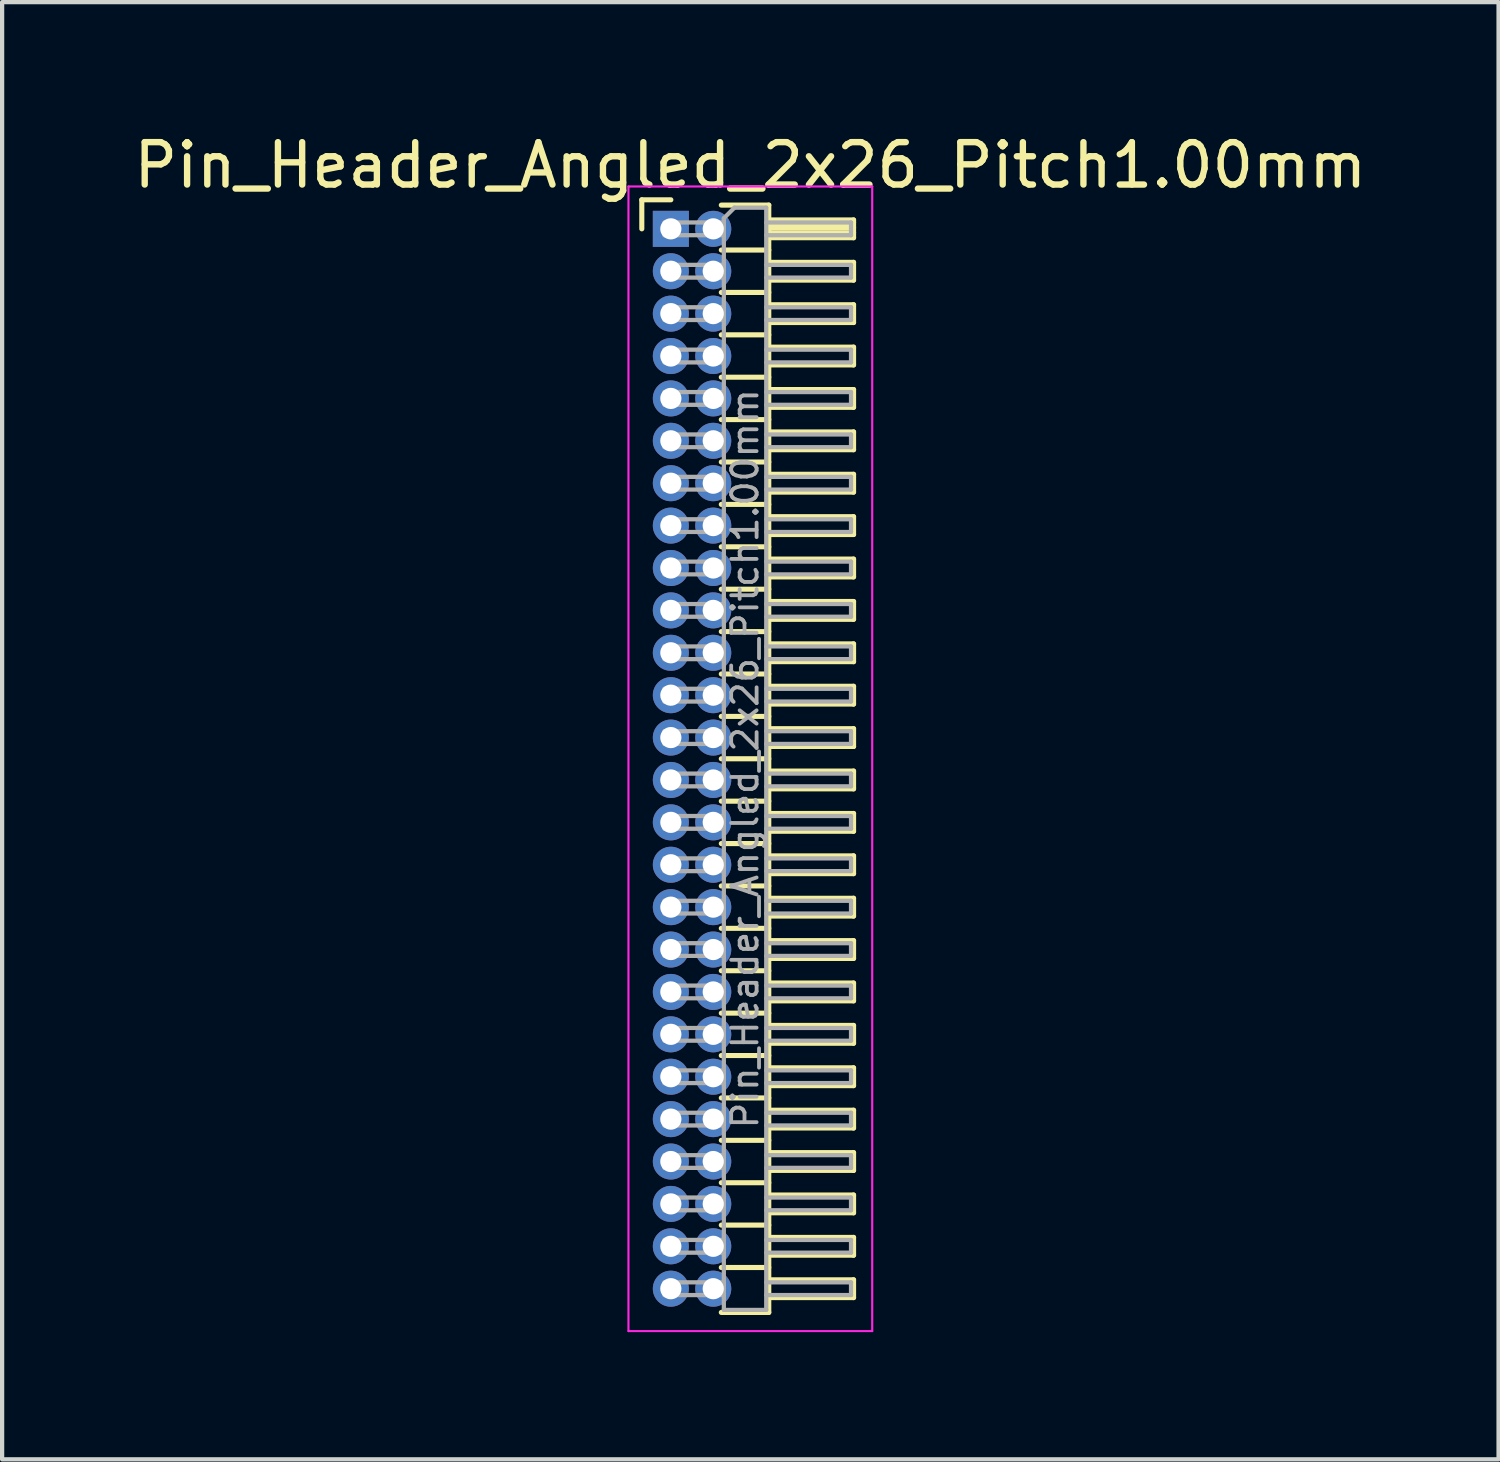
<source format=kicad_pcb>
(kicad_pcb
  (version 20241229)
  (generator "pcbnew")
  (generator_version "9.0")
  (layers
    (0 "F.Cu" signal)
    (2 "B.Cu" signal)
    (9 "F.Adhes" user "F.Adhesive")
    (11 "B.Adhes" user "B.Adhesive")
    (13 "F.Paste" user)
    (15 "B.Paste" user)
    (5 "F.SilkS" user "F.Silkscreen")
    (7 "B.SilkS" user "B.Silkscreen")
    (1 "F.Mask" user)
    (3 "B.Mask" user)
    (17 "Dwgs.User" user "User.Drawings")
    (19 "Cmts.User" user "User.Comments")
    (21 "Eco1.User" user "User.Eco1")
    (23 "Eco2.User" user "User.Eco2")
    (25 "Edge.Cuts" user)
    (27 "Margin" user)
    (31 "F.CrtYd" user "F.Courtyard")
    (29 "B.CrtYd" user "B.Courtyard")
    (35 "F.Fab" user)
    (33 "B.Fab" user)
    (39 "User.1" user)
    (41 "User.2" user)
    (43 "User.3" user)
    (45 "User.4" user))
  (footprint "Pin_Header_Angled_2x26_Pitch1.00mm"
    (layer "F.Cu")
    (at 12.774 2.348)
    (property "Reference" "Pin_Header_Angled_2x26_Pitch1.00mm" (at 1.875 -1.5 0) (layer "F.SilkS") (effects (font (size 1 1) (thickness 0.15))))
    (attr through_hole)
    (fp_line (start -0.685 -0.685) (end 0 -0.685) (stroke (width 0.12) (type solid)) (layer "F.SilkS"))
    (fp_line (start -0.685 0) (end -0.685 -0.685) (stroke (width 0.12) (type solid)) (layer "F.SilkS"))
    (fp_line (start 1.19 -0.56) (end 2.31 -0.56) (stroke (width 0.12) (type solid)) (layer "F.SilkS"))
    (fp_line (start 1.19 0.5) (end 2.31 0.5) (stroke (width 0.12) (type solid)) (layer "F.SilkS"))
    (fp_line (start 1.19 1.5) (end 2.31 1.5) (stroke (width 0.12) (type solid)) (layer "F.SilkS"))
    (fp_line (start 1.19 2.5) (end 2.31 2.5) (stroke (width 0.12) (type solid)) (layer "F.SilkS"))
    (fp_line (start 1.19 3.5) (end 2.31 3.5) (stroke (width 0.12) (type solid)) (layer "F.SilkS"))
    (fp_line (start 1.19 4.5) (end 2.31 4.5) (stroke (width 0.12) (type solid)) (layer "F.SilkS"))
    (fp_line (start 1.19 5.5) (end 2.31 5.5) (stroke (width 0.12) (type solid)) (layer "F.SilkS"))
    (fp_line (start 1.19 6.5) (end 2.31 6.5) (stroke (width 0.12) (type solid)) (layer "F.SilkS"))
    (fp_line (start 1.19 7.5) (end 2.31 7.5) (stroke (width 0.12) (type solid)) (layer "F.SilkS"))
    (fp_line (start 1.19 8.5) (end 2.31 8.5) (stroke (width 0.12) (type solid)) (layer "F.SilkS"))
    (fp_line (start 1.19 9.5) (end 2.31 9.5) (stroke (width 0.12) (type solid)) (layer "F.SilkS"))
    (fp_line (start 1.19 10.5) (end 2.31 10.5) (stroke (width 0.12) (type solid)) (layer "F.SilkS"))
    (fp_line (start 1.19 11.5) (end 2.31 11.5) (stroke (width 0.12) (type solid)) (layer "F.SilkS"))
    (fp_line (start 1.19 12.5) (end 2.31 12.5) (stroke (width 0.12) (type solid)) (layer "F.SilkS"))
    (fp_line (start 1.19 13.5) (end 2.31 13.5) (stroke (width 0.12) (type solid)) (layer "F.SilkS"))
    (fp_line (start 1.19 14.5) (end 2.31 14.5) (stroke (width 0.12) (type solid)) (layer "F.SilkS"))
    (fp_line (start 1.19 15.5) (end 2.31 15.5) (stroke (width 0.12) (type solid)) (layer "F.SilkS"))
    (fp_line (start 1.19 16.5) (end 2.31 16.5) (stroke (width 0.12) (type solid)) (layer "F.SilkS"))
    (fp_line (start 1.19 17.5) (end 2.31 17.5) (stroke (width 0.12) (type solid)) (layer "F.SilkS"))
    (fp_line (start 1.19 18.5) (end 2.31 18.5) (stroke (width 0.12) (type solid)) (layer "F.SilkS"))
    (fp_line (start 1.19 19.5) (end 2.31 19.5) (stroke (width 0.12) (type solid)) (layer "F.SilkS"))
    (fp_line (start 1.19 20.5) (end 2.31 20.5) (stroke (width 0.12) (type solid)) (layer "F.SilkS"))
    (fp_line (start 1.19 21.5) (end 2.31 21.5) (stroke (width 0.12) (type solid)) (layer "F.SilkS"))
    (fp_line (start 1.19 22.5) (end 2.31 22.5) (stroke (width 0.12) (type solid)) (layer "F.SilkS"))
    (fp_line (start 1.19 23.5) (end 2.31 23.5) (stroke (width 0.12) (type solid)) (layer "F.SilkS"))
    (fp_line (start 1.19 24.5) (end 2.31 24.5) (stroke (width 0.12) (type solid)) (layer "F.SilkS"))
    (fp_line (start 2.31 -0.56) (end 2.31 25.56) (stroke (width 0.12) (type solid)) (layer "F.SilkS"))
    (fp_line (start 2.31 -0.21) (end 4.31 -0.21) (stroke (width 0.12) (type solid)) (layer "F.SilkS"))
    (fp_line (start 2.31 -0.15) (end 4.31 -0.15) (stroke (width 0.12) (type solid)) (layer "F.SilkS"))
    (fp_line (start 2.31 -0.03) (end 4.31 -0.03) (stroke (width 0.12) (type solid)) (layer "F.SilkS"))
    (fp_line (start 2.31 0.09) (end 4.31 0.09) (stroke (width 0.12) (type solid)) (layer "F.SilkS"))
    (fp_line (start 2.31 0.79) (end 4.31 0.79) (stroke (width 0.12) (type solid)) (layer "F.SilkS"))
    (fp_line (start 2.31 1.79) (end 4.31 1.79) (stroke (width 0.12) (type solid)) (layer "F.SilkS"))
    (fp_line (start 2.31 2.79) (end 4.31 2.79) (stroke (width 0.12) (type solid)) (layer "F.SilkS"))
    (fp_line (start 2.31 3.79) (end 4.31 3.79) (stroke (width 0.12) (type solid)) (layer "F.SilkS"))
    (fp_line (start 2.31 4.79) (end 4.31 4.79) (stroke (width 0.12) (type solid)) (layer "F.SilkS"))
    (fp_line (start 2.31 5.79) (end 4.31 5.79) (stroke (width 0.12) (type solid)) (layer "F.SilkS"))
    (fp_line (start 2.31 6.79) (end 4.31 6.79) (stroke (width 0.12) (type solid)) (layer "F.SilkS"))
    (fp_line (start 2.31 7.79) (end 4.31 7.79) (stroke (width 0.12) (type solid)) (layer "F.SilkS"))
    (fp_line (start 2.31 8.79) (end 4.31 8.79) (stroke (width 0.12) (type solid)) (layer "F.SilkS"))
    (fp_line (start 2.31 9.79) (end 4.31 9.79) (stroke (width 0.12) (type solid)) (layer "F.SilkS"))
    (fp_line (start 2.31 10.79) (end 4.31 10.79) (stroke (width 0.12) (type solid)) (layer "F.SilkS"))
    (fp_line (start 2.31 11.79) (end 4.31 11.79) (stroke (width 0.12) (type solid)) (layer "F.SilkS"))
    (fp_line (start 2.31 12.79) (end 4.31 12.79) (stroke (width 0.12) (type solid)) (layer "F.SilkS"))
    (fp_line (start 2.31 13.79) (end 4.31 13.79) (stroke (width 0.12) (type solid)) (layer "F.SilkS"))
    (fp_line (start 2.31 14.79) (end 4.31 14.79) (stroke (width 0.12) (type solid)) (layer "F.SilkS"))
    (fp_line (start 2.31 15.79) (end 4.31 15.79) (stroke (width 0.12) (type solid)) (layer "F.SilkS"))
    (fp_line (start 2.31 16.79) (end 4.31 16.79) (stroke (width 0.12) (type solid)) (layer "F.SilkS"))
    (fp_line (start 2.31 17.79) (end 4.31 17.79) (stroke (width 0.12) (type solid)) (layer "F.SilkS"))
    (fp_line (start 2.31 18.79) (end 4.31 18.79) (stroke (width 0.12) (type solid)) (layer "F.SilkS"))
    (fp_line (start 2.31 19.79) (end 4.31 19.79) (stroke (width 0.12) (type solid)) (layer "F.SilkS"))
    (fp_line (start 2.31 20.79) (end 4.31 20.79) (stroke (width 0.12) (type solid)) (layer "F.SilkS"))
    (fp_line (start 2.31 21.79) (end 4.31 21.79) (stroke (width 0.12) (type solid)) (layer "F.SilkS"))
    (fp_line (start 2.31 22.79) (end 4.31 22.79) (stroke (width 0.12) (type solid)) (layer "F.SilkS"))
    (fp_line (start 2.31 23.79) (end 4.31 23.79) (stroke (width 0.12) (type solid)) (layer "F.SilkS"))
    (fp_line (start 2.31 24.79) (end 4.31 24.79) (stroke (width 0.12) (type solid)) (layer "F.SilkS"))
    (fp_line (start 2.31 25.56) (end 1.19 25.56) (stroke (width 0.12) (type solid)) (layer "F.SilkS"))
    (fp_line (start 4.31 -0.21) (end 4.31 0.21) (stroke (width 0.12) (type solid)) (layer "F.SilkS"))
    (fp_line (start 4.31 0.21) (end 2.31 0.21) (stroke (width 0.12) (type solid)) (layer "F.SilkS"))
    (fp_line (start 4.31 0.79) (end 4.31 1.21) (stroke (width 0.12) (type solid)) (layer "F.SilkS"))
    (fp_line (start 4.31 1.21) (end 2.31 1.21) (stroke (width 0.12) (type solid)) (layer "F.SilkS"))
    (fp_line (start 4.31 1.79) (end 4.31 2.21) (stroke (width 0.12) (type solid)) (layer "F.SilkS"))
    (fp_line (start 4.31 2.21) (end 2.31 2.21) (stroke (width 0.12) (type solid)) (layer "F.SilkS"))
    (fp_line (start 4.31 2.79) (end 4.31 3.21) (stroke (width 0.12) (type solid)) (layer "F.SilkS"))
    (fp_line (start 4.31 3.21) (end 2.31 3.21) (stroke (width 0.12) (type solid)) (layer "F.SilkS"))
    (fp_line (start 4.31 3.79) (end 4.31 4.21) (stroke (width 0.12) (type solid)) (layer "F.SilkS"))
    (fp_line (start 4.31 4.21) (end 2.31 4.21) (stroke (width 0.12) (type solid)) (layer "F.SilkS"))
    (fp_line (start 4.31 4.79) (end 4.31 5.21) (stroke (width 0.12) (type solid)) (layer "F.SilkS"))
    (fp_line (start 4.31 5.21) (end 2.31 5.21) (stroke (width 0.12) (type solid)) (layer "F.SilkS"))
    (fp_line (start 4.31 5.79) (end 4.31 6.21) (stroke (width 0.12) (type solid)) (layer "F.SilkS"))
    (fp_line (start 4.31 6.21) (end 2.31 6.21) (stroke (width 0.12) (type solid)) (layer "F.SilkS"))
    (fp_line (start 4.31 6.79) (end 4.31 7.21) (stroke (width 0.12) (type solid)) (layer "F.SilkS"))
    (fp_line (start 4.31 7.21) (end 2.31 7.21) (stroke (width 0.12) (type solid)) (layer "F.SilkS"))
    (fp_line (start 4.31 7.79) (end 4.31 8.21) (stroke (width 0.12) (type solid)) (layer "F.SilkS"))
    (fp_line (start 4.31 8.21) (end 2.31 8.21) (stroke (width 0.12) (type solid)) (layer "F.SilkS"))
    (fp_line (start 4.31 8.79) (end 4.31 9.21) (stroke (width 0.12) (type solid)) (layer "F.SilkS"))
    (fp_line (start 4.31 9.21) (end 2.31 9.21) (stroke (width 0.12) (type solid)) (layer "F.SilkS"))
    (fp_line (start 4.31 9.79) (end 4.31 10.21) (stroke (width 0.12) (type solid)) (layer "F.SilkS"))
    (fp_line (start 4.31 10.21) (end 2.31 10.21) (stroke (width 0.12) (type solid)) (layer "F.SilkS"))
    (fp_line (start 4.31 10.79) (end 4.31 11.21) (stroke (width 0.12) (type solid)) (layer "F.SilkS"))
    (fp_line (start 4.31 11.21) (end 2.31 11.21) (stroke (width 0.12) (type solid)) (layer "F.SilkS"))
    (fp_line (start 4.31 11.79) (end 4.31 12.21) (stroke (width 0.12) (type solid)) (layer "F.SilkS"))
    (fp_line (start 4.31 12.21) (end 2.31 12.21) (stroke (width 0.12) (type solid)) (layer "F.SilkS"))
    (fp_line (start 4.31 12.79) (end 4.31 13.21) (stroke (width 0.12) (type solid)) (layer "F.SilkS"))
    (fp_line (start 4.31 13.21) (end 2.31 13.21) (stroke (width 0.12) (type solid)) (layer "F.SilkS"))
    (fp_line (start 4.31 13.79) (end 4.31 14.21) (stroke (width 0.12) (type solid)) (layer "F.SilkS"))
    (fp_line (start 4.31 14.21) (end 2.31 14.21) (stroke (width 0.12) (type solid)) (layer "F.SilkS"))
    (fp_line (start 4.31 14.79) (end 4.31 15.21) (stroke (width 0.12) (type solid)) (layer "F.SilkS"))
    (fp_line (start 4.31 15.21) (end 2.31 15.21) (stroke (width 0.12) (type solid)) (layer "F.SilkS"))
    (fp_line (start 4.31 15.79) (end 4.31 16.21) (stroke (width 0.12) (type solid)) (layer "F.SilkS"))
    (fp_line (start 4.31 16.21) (end 2.31 16.21) (stroke (width 0.12) (type solid)) (layer "F.SilkS"))
    (fp_line (start 4.31 16.79) (end 4.31 17.21) (stroke (width 0.12) (type solid)) (layer "F.SilkS"))
    (fp_line (start 4.31 17.21) (end 2.31 17.21) (stroke (width 0.12) (type solid)) (layer "F.SilkS"))
    (fp_line (start 4.31 17.79) (end 4.31 18.21) (stroke (width 0.12) (type solid)) (layer "F.SilkS"))
    (fp_line (start 4.31 18.21) (end 2.31 18.21) (stroke (width 0.12) (type solid)) (layer "F.SilkS"))
    (fp_line (start 4.31 18.79) (end 4.31 19.21) (stroke (width 0.12) (type solid)) (layer "F.SilkS"))
    (fp_line (start 4.31 19.21) (end 2.31 19.21) (stroke (width 0.12) (type solid)) (layer "F.SilkS"))
    (fp_line (start 4.31 19.79) (end 4.31 20.21) (stroke (width 0.12) (type solid)) (layer "F.SilkS"))
    (fp_line (start 4.31 20.21) (end 2.31 20.21) (stroke (width 0.12) (type solid)) (layer "F.SilkS"))
    (fp_line (start 4.31 20.79) (end 4.31 21.21) (stroke (width 0.12) (type solid)) (layer "F.SilkS"))
    (fp_line (start 4.31 21.21) (end 2.31 21.21) (stroke (width 0.12) (type solid)) (layer "F.SilkS"))
    (fp_line (start 4.31 21.79) (end 4.31 22.21) (stroke (width 0.12) (type solid)) (layer "F.SilkS"))
    (fp_line (start 4.31 22.21) (end 2.31 22.21) (stroke (width 0.12) (type solid)) (layer "F.SilkS"))
    (fp_line (start 4.31 22.79) (end 4.31 23.21) (stroke (width 0.12) (type solid)) (layer "F.SilkS"))
    (fp_line (start 4.31 23.21) (end 2.31 23.21) (stroke (width 0.12) (type solid)) (layer "F.SilkS"))
    (fp_line (start 4.31 23.79) (end 4.31 24.21) (stroke (width 0.12) (type solid)) (layer "F.SilkS"))
    (fp_line (start 4.31 24.21) (end 2.31 24.21) (stroke (width 0.12) (type solid)) (layer "F.SilkS"))
    (fp_line (start 4.31 24.79) (end 4.31 25.21) (stroke (width 0.12) (type solid)) (layer "F.SilkS"))
    (fp_line (start 4.31 25.21) (end 2.31 25.21) (stroke (width 0.12) (type solid)) (layer "F.SilkS"))
    (fp_line (start -1 -1) (end -1 26) (stroke (width 0.05) (type solid)) (layer "F.CrtYd"))
    (fp_line (start -1 26) (end 4.75 26) (stroke (width 0.05) (type solid)) (layer "F.CrtYd"))
    (fp_line (start 4.75 -1) (end -1 -1) (stroke (width 0.05) (type solid)) (layer "F.CrtYd"))
    (fp_line (start 4.75 26) (end 4.75 -1) (stroke (width 0.05) (type solid)) (layer "F.CrtYd"))
    (fp_line (start -0.15 -0.15) (end -0.15 0.15) (stroke (width 0.1) (type solid)) (layer "F.Fab"))
    (fp_line (start -0.15 -0.15) (end 1.25 -0.15) (stroke (width 0.1) (type solid)) (layer "F.Fab"))
    (fp_line (start -0.15 0.15) (end 1.25 0.15) (stroke (width 0.1) (type solid)) (layer "F.Fab"))
    (fp_line (start -0.15 0.85) (end -0.15 1.15) (stroke (width 0.1) (type solid)) (layer "F.Fab"))
    (fp_line (start -0.15 0.85) (end 1.25 0.85) (stroke (width 0.1) (type solid)) (layer "F.Fab"))
    (fp_line (start -0.15 1.15) (end 1.25 1.15) (stroke (width 0.1) (type solid)) (layer "F.Fab"))
    (fp_line (start -0.15 1.85) (end -0.15 2.15) (stroke (width 0.1) (type solid)) (layer "F.Fab"))
    (fp_line (start -0.15 1.85) (end 1.25 1.85) (stroke (width 0.1) (type solid)) (layer "F.Fab"))
    (fp_line (start -0.15 2.15) (end 1.25 2.15) (stroke (width 0.1) (type solid)) (layer "F.Fab"))
    (fp_line (start -0.15 2.85) (end -0.15 3.15) (stroke (width 0.1) (type solid)) (layer "F.Fab"))
    (fp_line (start -0.15 2.85) (end 1.25 2.85) (stroke (width 0.1) (type solid)) (layer "F.Fab"))
    (fp_line (start -0.15 3.15) (end 1.25 3.15) (stroke (width 0.1) (type solid)) (layer "F.Fab"))
    (fp_line (start -0.15 3.85) (end -0.15 4.15) (stroke (width 0.1) (type solid)) (layer "F.Fab"))
    (fp_line (start -0.15 3.85) (end 1.25 3.85) (stroke (width 0.1) (type solid)) (layer "F.Fab"))
    (fp_line (start -0.15 4.15) (end 1.25 4.15) (stroke (width 0.1) (type solid)) (layer "F.Fab"))
    (fp_line (start -0.15 4.85) (end -0.15 5.15) (stroke (width 0.1) (type solid)) (layer "F.Fab"))
    (fp_line (start -0.15 4.85) (end 1.25 4.85) (stroke (width 0.1) (type solid)) (layer "F.Fab"))
    (fp_line (start -0.15 5.15) (end 1.25 5.15) (stroke (width 0.1) (type solid)) (layer "F.Fab"))
    (fp_line (start -0.15 5.85) (end -0.15 6.15) (stroke (width 0.1) (type solid)) (layer "F.Fab"))
    (fp_line (start -0.15 5.85) (end 1.25 5.85) (stroke (width 0.1) (type solid)) (layer "F.Fab"))
    (fp_line (start -0.15 6.15) (end 1.25 6.15) (stroke (width 0.1) (type solid)) (layer "F.Fab"))
    (fp_line (start -0.15 6.85) (end -0.15 7.15) (stroke (width 0.1) (type solid)) (layer "F.Fab"))
    (fp_line (start -0.15 6.85) (end 1.25 6.85) (stroke (width 0.1) (type solid)) (layer "F.Fab"))
    (fp_line (start -0.15 7.15) (end 1.25 7.15) (stroke (width 0.1) (type solid)) (layer "F.Fab"))
    (fp_line (start -0.15 7.85) (end -0.15 8.15) (stroke (width 0.1) (type solid)) (layer "F.Fab"))
    (fp_line (start -0.15 7.85) (end 1.25 7.85) (stroke (width 0.1) (type solid)) (layer "F.Fab"))
    (fp_line (start -0.15 8.15) (end 1.25 8.15) (stroke (width 0.1) (type solid)) (layer "F.Fab"))
    (fp_line (start -0.15 8.85) (end -0.15 9.15) (stroke (width 0.1) (type solid)) (layer "F.Fab"))
    (fp_line (start -0.15 8.85) (end 1.25 8.85) (stroke (width 0.1) (type solid)) (layer "F.Fab"))
    (fp_line (start -0.15 9.15) (end 1.25 9.15) (stroke (width 0.1) (type solid)) (layer "F.Fab"))
    (fp_line (start -0.15 9.85) (end -0.15 10.15) (stroke (width 0.1) (type solid)) (layer "F.Fab"))
    (fp_line (start -0.15 9.85) (end 1.25 9.85) (stroke (width 0.1) (type solid)) (layer "F.Fab"))
    (fp_line (start -0.15 10.15) (end 1.25 10.15) (stroke (width 0.1) (type solid)) (layer "F.Fab"))
    (fp_line (start -0.15 10.85) (end -0.15 11.15) (stroke (width 0.1) (type solid)) (layer "F.Fab"))
    (fp_line (start -0.15 10.85) (end 1.25 10.85) (stroke (width 0.1) (type solid)) (layer "F.Fab"))
    (fp_line (start -0.15 11.15) (end 1.25 11.15) (stroke (width 0.1) (type solid)) (layer "F.Fab"))
    (fp_line (start -0.15 11.85) (end -0.15 12.15) (stroke (width 0.1) (type solid)) (layer "F.Fab"))
    (fp_line (start -0.15 11.85) (end 1.25 11.85) (stroke (width 0.1) (type solid)) (layer "F.Fab"))
    (fp_line (start -0.15 12.15) (end 1.25 12.15) (stroke (width 0.1) (type solid)) (layer "F.Fab"))
    (fp_line (start -0.15 12.85) (end -0.15 13.15) (stroke (width 0.1) (type solid)) (layer "F.Fab"))
    (fp_line (start -0.15 12.85) (end 1.25 12.85) (stroke (width 0.1) (type solid)) (layer "F.Fab"))
    (fp_line (start -0.15 13.15) (end 1.25 13.15) (stroke (width 0.1) (type solid)) (layer "F.Fab"))
    (fp_line (start -0.15 13.85) (end -0.15 14.15) (stroke (width 0.1) (type solid)) (layer "F.Fab"))
    (fp_line (start -0.15 13.85) (end 1.25 13.85) (stroke (width 0.1) (type solid)) (layer "F.Fab"))
    (fp_line (start -0.15 14.15) (end 1.25 14.15) (stroke (width 0.1) (type solid)) (layer "F.Fab"))
    (fp_line (start -0.15 14.85) (end -0.15 15.15) (stroke (width 0.1) (type solid)) (layer "F.Fab"))
    (fp_line (start -0.15 14.85) (end 1.25 14.85) (stroke (width 0.1) (type solid)) (layer "F.Fab"))
    (fp_line (start -0.15 15.15) (end 1.25 15.15) (stroke (width 0.1) (type solid)) (layer "F.Fab"))
    (fp_line (start -0.15 15.85) (end -0.15 16.15) (stroke (width 0.1) (type solid)) (layer "F.Fab"))
    (fp_line (start -0.15 15.85) (end 1.25 15.85) (stroke (width 0.1) (type solid)) (layer "F.Fab"))
    (fp_line (start -0.15 16.15) (end 1.25 16.15) (stroke (width 0.1) (type solid)) (layer "F.Fab"))
    (fp_line (start -0.15 16.85) (end -0.15 17.15) (stroke (width 0.1) (type solid)) (layer "F.Fab"))
    (fp_line (start -0.15 16.85) (end 1.25 16.85) (stroke (width 0.1) (type solid)) (layer "F.Fab"))
    (fp_line (start -0.15 17.15) (end 1.25 17.15) (stroke (width 0.1) (type solid)) (layer "F.Fab"))
    (fp_line (start -0.15 17.85) (end -0.15 18.15) (stroke (width 0.1) (type solid)) (layer "F.Fab"))
    (fp_line (start -0.15 17.85) (end 1.25 17.85) (stroke (width 0.1) (type solid)) (layer "F.Fab"))
    (fp_line (start -0.15 18.15) (end 1.25 18.15) (stroke (width 0.1) (type solid)) (layer "F.Fab"))
    (fp_line (start -0.15 18.85) (end -0.15 19.15) (stroke (width 0.1) (type solid)) (layer "F.Fab"))
    (fp_line (start -0.15 18.85) (end 1.25 18.85) (stroke (width 0.1) (type solid)) (layer "F.Fab"))
    (fp_line (start -0.15 19.15) (end 1.25 19.15) (stroke (width 0.1) (type solid)) (layer "F.Fab"))
    (fp_line (start -0.15 19.85) (end -0.15 20.15) (stroke (width 0.1) (type solid)) (layer "F.Fab"))
    (fp_line (start -0.15 19.85) (end 1.25 19.85) (stroke (width 0.1) (type solid)) (layer "F.Fab"))
    (fp_line (start -0.15 20.15) (end 1.25 20.15) (stroke (width 0.1) (type solid)) (layer "F.Fab"))
    (fp_line (start -0.15 20.85) (end -0.15 21.15) (stroke (width 0.1) (type solid)) (layer "F.Fab"))
    (fp_line (start -0.15 20.85) (end 1.25 20.85) (stroke (width 0.1) (type solid)) (layer "F.Fab"))
    (fp_line (start -0.15 21.15) (end 1.25 21.15) (stroke (width 0.1) (type solid)) (layer "F.Fab"))
    (fp_line (start -0.15 21.85) (end -0.15 22.15) (stroke (width 0.1) (type solid)) (layer "F.Fab"))
    (fp_line (start -0.15 21.85) (end 1.25 21.85) (stroke (width 0.1) (type solid)) (layer "F.Fab"))
    (fp_line (start -0.15 22.15) (end 1.25 22.15) (stroke (width 0.1) (type solid)) (layer "F.Fab"))
    (fp_line (start -0.15 22.85) (end -0.15 23.15) (stroke (width 0.1) (type solid)) (layer "F.Fab"))
    (fp_line (start -0.15 22.85) (end 1.25 22.85) (stroke (width 0.1) (type solid)) (layer "F.Fab"))
    (fp_line (start -0.15 23.15) (end 1.25 23.15) (stroke (width 0.1) (type solid)) (layer "F.Fab"))
    (fp_line (start -0.15 23.85) (end -0.15 24.15) (stroke (width 0.1) (type solid)) (layer "F.Fab"))
    (fp_line (start -0.15 23.85) (end 1.25 23.85) (stroke (width 0.1) (type solid)) (layer "F.Fab"))
    (fp_line (start -0.15 24.15) (end 1.25 24.15) (stroke (width 0.1) (type solid)) (layer "F.Fab"))
    (fp_line (start -0.15 24.85) (end -0.15 25.15) (stroke (width 0.1) (type solid)) (layer "F.Fab"))
    (fp_line (start -0.15 24.85) (end 1.25 24.85) (stroke (width 0.1) (type solid)) (layer "F.Fab"))
    (fp_line (start -0.15 25.15) (end 1.25 25.15) (stroke (width 0.1) (type solid)) (layer "F.Fab"))
    (fp_line (start 1.25 -0.25) (end 1.5 -0.5) (stroke (width 0.1) (type solid)) (layer "F.Fab"))
    (fp_line (start 1.25 25.5) (end 1.25 -0.25) (stroke (width 0.1) (type solid)) (layer "F.Fab"))
    (fp_line (start 1.5 -0.5) (end 2.25 -0.5) (stroke (width 0.1) (type solid)) (layer "F.Fab"))
    (fp_line (start 2.25 -0.5) (end 2.25 25.5) (stroke (width 0.1) (type solid)) (layer "F.Fab"))
    (fp_line (start 2.25 -0.15) (end 4.25 -0.15) (stroke (width 0.1) (type solid)) (layer "F.Fab"))
    (fp_line (start 2.25 0.15) (end 4.25 0.15) (stroke (width 0.1) (type solid)) (layer "F.Fab"))
    (fp_line (start 2.25 0.85) (end 4.25 0.85) (stroke (width 0.1) (type solid)) (layer "F.Fab"))
    (fp_line (start 2.25 1.15) (end 4.25 1.15) (stroke (width 0.1) (type solid)) (layer "F.Fab"))
    (fp_line (start 2.25 1.85) (end 4.25 1.85) (stroke (width 0.1) (type solid)) (layer "F.Fab"))
    (fp_line (start 2.25 2.15) (end 4.25 2.15) (stroke (width 0.1) (type solid)) (layer "F.Fab"))
    (fp_line (start 2.25 2.85) (end 4.25 2.85) (stroke (width 0.1) (type solid)) (layer "F.Fab"))
    (fp_line (start 2.25 3.15) (end 4.25 3.15) (stroke (width 0.1) (type solid)) (layer "F.Fab"))
    (fp_line (start 2.25 3.85) (end 4.25 3.85) (stroke (width 0.1) (type solid)) (layer "F.Fab"))
    (fp_line (start 2.25 4.15) (end 4.25 4.15) (stroke (width 0.1) (type solid)) (layer "F.Fab"))
    (fp_line (start 2.25 4.85) (end 4.25 4.85) (stroke (width 0.1) (type solid)) (layer "F.Fab"))
    (fp_line (start 2.25 5.15) (end 4.25 5.15) (stroke (width 0.1) (type solid)) (layer "F.Fab"))
    (fp_line (start 2.25 5.85) (end 4.25 5.85) (stroke (width 0.1) (type solid)) (layer "F.Fab"))
    (fp_line (start 2.25 6.15) (end 4.25 6.15) (stroke (width 0.1) (type solid)) (layer "F.Fab"))
    (fp_line (start 2.25 6.85) (end 4.25 6.85) (stroke (width 0.1) (type solid)) (layer "F.Fab"))
    (fp_line (start 2.25 7.15) (end 4.25 7.15) (stroke (width 0.1) (type solid)) (layer "F.Fab"))
    (fp_line (start 2.25 7.85) (end 4.25 7.85) (stroke (width 0.1) (type solid)) (layer "F.Fab"))
    (fp_line (start 2.25 8.15) (end 4.25 8.15) (stroke (width 0.1) (type solid)) (layer "F.Fab"))
    (fp_line (start 2.25 8.85) (end 4.25 8.85) (stroke (width 0.1) (type solid)) (layer "F.Fab"))
    (fp_line (start 2.25 9.15) (end 4.25 9.15) (stroke (width 0.1) (type solid)) (layer "F.Fab"))
    (fp_line (start 2.25 9.85) (end 4.25 9.85) (stroke (width 0.1) (type solid)) (layer "F.Fab"))
    (fp_line (start 2.25 10.15) (end 4.25 10.15) (stroke (width 0.1) (type solid)) (layer "F.Fab"))
    (fp_line (start 2.25 10.85) (end 4.25 10.85) (stroke (width 0.1) (type solid)) (layer "F.Fab"))
    (fp_line (start 2.25 11.15) (end 4.25 11.15) (stroke (width 0.1) (type solid)) (layer "F.Fab"))
    (fp_line (start 2.25 11.85) (end 4.25 11.85) (stroke (width 0.1) (type solid)) (layer "F.Fab"))
    (fp_line (start 2.25 12.15) (end 4.25 12.15) (stroke (width 0.1) (type solid)) (layer "F.Fab"))
    (fp_line (start 2.25 12.85) (end 4.25 12.85) (stroke (width 0.1) (type solid)) (layer "F.Fab"))
    (fp_line (start 2.25 13.15) (end 4.25 13.15) (stroke (width 0.1) (type solid)) (layer "F.Fab"))
    (fp_line (start 2.25 13.85) (end 4.25 13.85) (stroke (width 0.1) (type solid)) (layer "F.Fab"))
    (fp_line (start 2.25 14.15) (end 4.25 14.15) (stroke (width 0.1) (type solid)) (layer "F.Fab"))
    (fp_line (start 2.25 14.85) (end 4.25 14.85) (stroke (width 0.1) (type solid)) (layer "F.Fab"))
    (fp_line (start 2.25 15.15) (end 4.25 15.15) (stroke (width 0.1) (type solid)) (layer "F.Fab"))
    (fp_line (start 2.25 15.85) (end 4.25 15.85) (stroke (width 0.1) (type solid)) (layer "F.Fab"))
    (fp_line (start 2.25 16.15) (end 4.25 16.15) (stroke (width 0.1) (type solid)) (layer "F.Fab"))
    (fp_line (start 2.25 16.85) (end 4.25 16.85) (stroke (width 0.1) (type solid)) (layer "F.Fab"))
    (fp_line (start 2.25 17.15) (end 4.25 17.15) (stroke (width 0.1) (type solid)) (layer "F.Fab"))
    (fp_line (start 2.25 17.85) (end 4.25 17.85) (stroke (width 0.1) (type solid)) (layer "F.Fab"))
    (fp_line (start 2.25 18.15) (end 4.25 18.15) (stroke (width 0.1) (type solid)) (layer "F.Fab"))
    (fp_line (start 2.25 18.85) (end 4.25 18.85) (stroke (width 0.1) (type solid)) (layer "F.Fab"))
    (fp_line (start 2.25 19.15) (end 4.25 19.15) (stroke (width 0.1) (type solid)) (layer "F.Fab"))
    (fp_line (start 2.25 19.85) (end 4.25 19.85) (stroke (width 0.1) (type solid)) (layer "F.Fab"))
    (fp_line (start 2.25 20.15) (end 4.25 20.15) (stroke (width 0.1) (type solid)) (layer "F.Fab"))
    (fp_line (start 2.25 20.85) (end 4.25 20.85) (stroke (width 0.1) (type solid)) (layer "F.Fab"))
    (fp_line (start 2.25 21.15) (end 4.25 21.15) (stroke (width 0.1) (type solid)) (layer "F.Fab"))
    (fp_line (start 2.25 21.85) (end 4.25 21.85) (stroke (width 0.1) (type solid)) (layer "F.Fab"))
    (fp_line (start 2.25 22.15) (end 4.25 22.15) (stroke (width 0.1) (type solid)) (layer "F.Fab"))
    (fp_line (start 2.25 22.85) (end 4.25 22.85) (stroke (width 0.1) (type solid)) (layer "F.Fab"))
    (fp_line (start 2.25 23.15) (end 4.25 23.15) (stroke (width 0.1) (type solid)) (layer "F.Fab"))
    (fp_line (start 2.25 23.85) (end 4.25 23.85) (stroke (width 0.1) (type solid)) (layer "F.Fab"))
    (fp_line (start 2.25 24.15) (end 4.25 24.15) (stroke (width 0.1) (type solid)) (layer "F.Fab"))
    (fp_line (start 2.25 24.85) (end 4.25 24.85) (stroke (width 0.1) (type solid)) (layer "F.Fab"))
    (fp_line (start 2.25 25.15) (end 4.25 25.15) (stroke (width 0.1) (type solid)) (layer "F.Fab"))
    (fp_line (start 2.25 25.5) (end 1.25 25.5) (stroke (width 0.1) (type solid)) (layer "F.Fab"))
    (fp_line (start 4.25 -0.15) (end 4.25 0.15) (stroke (width 0.1) (type solid)) (layer "F.Fab"))
    (fp_line (start 4.25 0.85) (end 4.25 1.15) (stroke (width 0.1) (type solid)) (layer "F.Fab"))
    (fp_line (start 4.25 1.85) (end 4.25 2.15) (stroke (width 0.1) (type solid)) (layer "F.Fab"))
    (fp_line (start 4.25 2.85) (end 4.25 3.15) (stroke (width 0.1) (type solid)) (layer "F.Fab"))
    (fp_line (start 4.25 3.85) (end 4.25 4.15) (stroke (width 0.1) (type solid)) (layer "F.Fab"))
    (fp_line (start 4.25 4.85) (end 4.25 5.15) (stroke (width 0.1) (type solid)) (layer "F.Fab"))
    (fp_line (start 4.25 5.85) (end 4.25 6.15) (stroke (width 0.1) (type solid)) (layer "F.Fab"))
    (fp_line (start 4.25 6.85) (end 4.25 7.15) (stroke (width 0.1) (type solid)) (layer "F.Fab"))
    (fp_line (start 4.25 7.85) (end 4.25 8.15) (stroke (width 0.1) (type solid)) (layer "F.Fab"))
    (fp_line (start 4.25 8.85) (end 4.25 9.15) (stroke (width 0.1) (type solid)) (layer "F.Fab"))
    (fp_line (start 4.25 9.85) (end 4.25 10.15) (stroke (width 0.1) (type solid)) (layer "F.Fab"))
    (fp_line (start 4.25 10.85) (end 4.25 11.15) (stroke (width 0.1) (type solid)) (layer "F.Fab"))
    (fp_line (start 4.25 11.85) (end 4.25 12.15) (stroke (width 0.1) (type solid)) (layer "F.Fab"))
    (fp_line (start 4.25 12.85) (end 4.25 13.15) (stroke (width 0.1) (type solid)) (layer "F.Fab"))
    (fp_line (start 4.25 13.85) (end 4.25 14.15) (stroke (width 0.1) (type solid)) (layer "F.Fab"))
    (fp_line (start 4.25 14.85) (end 4.25 15.15) (stroke (width 0.1) (type solid)) (layer "F.Fab"))
    (fp_line (start 4.25 15.85) (end 4.25 16.15) (stroke (width 0.1) (type solid)) (layer "F.Fab"))
    (fp_line (start 4.25 16.85) (end 4.25 17.15) (stroke (width 0.1) (type solid)) (layer "F.Fab"))
    (fp_line (start 4.25 17.85) (end 4.25 18.15) (stroke (width 0.1) (type solid)) (layer "F.Fab"))
    (fp_line (start 4.25 18.85) (end 4.25 19.15) (stroke (width 0.1) (type solid)) (layer "F.Fab"))
    (fp_line (start 4.25 19.85) (end 4.25 20.15) (stroke (width 0.1) (type solid)) (layer "F.Fab"))
    (fp_line (start 4.25 20.85) (end 4.25 21.15) (stroke (width 0.1) (type solid)) (layer "F.Fab"))
    (fp_line (start 4.25 21.85) (end 4.25 22.15) (stroke (width 0.1) (type solid)) (layer "F.Fab"))
    (fp_line (start 4.25 22.85) (end 4.25 23.15) (stroke (width 0.1) (type solid)) (layer "F.Fab"))
    (fp_line (start 4.25 23.85) (end 4.25 24.15) (stroke (width 0.1) (type solid)) (layer "F.Fab"))
    (fp_line (start 4.25 24.85) (end 4.25 25.15) (stroke (width 0.1) (type solid)) (layer "F.Fab"))
    (fp_text user "${REFERENCE}" (at 1.75 12.5 90) (layer "F.Fab") (effects (font (size 0.6 0.6) (thickness 0.09))))
    (pad "1" thru_hole rect (at 0 0) (size 0.85 0.85) (drill 0.5) (layers "*.Cu" "*.Mask"))
    (pad "2" thru_hole oval (at 1 0) (size 0.85 0.85) (drill 0.5) (layers "*.Cu" "*.Mask"))
    (pad "3" thru_hole oval (at 0 1) (size 0.85 0.85) (drill 0.5) (layers "*.Cu" "*.Mask"))
    (pad "4" thru_hole oval (at 1 1) (size 0.85 0.85) (drill 0.5) (layers "*.Cu" "*.Mask"))
    (pad "5" thru_hole oval (at 0 2) (size 0.85 0.85) (drill 0.5) (layers "*.Cu" "*.Mask"))
    (pad "6" thru_hole oval (at 1 2) (size 0.85 0.85) (drill 0.5) (layers "*.Cu" "*.Mask"))
    (pad "7" thru_hole oval (at 0 3) (size 0.85 0.85) (drill 0.5) (layers "*.Cu" "*.Mask"))
    (pad "8" thru_hole oval (at 1 3) (size 0.85 0.85) (drill 0.5) (layers "*.Cu" "*.Mask"))
    (pad "9" thru_hole oval (at 0 4) (size 0.85 0.85) (drill 0.5) (layers "*.Cu" "*.Mask"))
    (pad "10" thru_hole oval (at 1 4) (size 0.85 0.85) (drill 0.5) (layers "*.Cu" "*.Mask"))
    (pad "11" thru_hole oval (at 0 5) (size 0.85 0.85) (drill 0.5) (layers "*.Cu" "*.Mask"))
    (pad "12" thru_hole oval (at 1 5) (size 0.85 0.85) (drill 0.5) (layers "*.Cu" "*.Mask"))
    (pad "13" thru_hole oval (at 0 6) (size 0.85 0.85) (drill 0.5) (layers "*.Cu" "*.Mask"))
    (pad "14" thru_hole oval (at 1 6) (size 0.85 0.85) (drill 0.5) (layers "*.Cu" "*.Mask"))
    (pad "15" thru_hole oval (at 0 7) (size 0.85 0.85) (drill 0.5) (layers "*.Cu" "*.Mask"))
    (pad "16" thru_hole oval (at 1 7) (size 0.85 0.85) (drill 0.5) (layers "*.Cu" "*.Mask"))
    (pad "17" thru_hole oval (at 0 8) (size 0.85 0.85) (drill 0.5) (layers "*.Cu" "*.Mask"))
    (pad "18" thru_hole oval (at 1 8) (size 0.85 0.85) (drill 0.5) (layers "*.Cu" "*.Mask"))
    (pad "19" thru_hole oval (at 0 9) (size 0.85 0.85) (drill 0.5) (layers "*.Cu" "*.Mask"))
    (pad "20" thru_hole oval (at 1 9) (size 0.85 0.85) (drill 0.5) (layers "*.Cu" "*.Mask"))
    (pad "21" thru_hole oval (at 0 10) (size 0.85 0.85) (drill 0.5) (layers "*.Cu" "*.Mask"))
    (pad "22" thru_hole oval (at 1 10) (size 0.85 0.85) (drill 0.5) (layers "*.Cu" "*.Mask"))
    (pad "23" thru_hole oval (at 0 11) (size 0.85 0.85) (drill 0.5) (layers "*.Cu" "*.Mask"))
    (pad "24" thru_hole oval (at 1 11) (size 0.85 0.85) (drill 0.5) (layers "*.Cu" "*.Mask"))
    (pad "25" thru_hole oval (at 0 12) (size 0.85 0.85) (drill 0.5) (layers "*.Cu" "*.Mask"))
    (pad "26" thru_hole oval (at 1 12) (size 0.85 0.85) (drill 0.5) (layers "*.Cu" "*.Mask"))
    (pad "27" thru_hole oval (at 0 13) (size 0.85 0.85) (drill 0.5) (layers "*.Cu" "*.Mask"))
    (pad "28" thru_hole oval (at 1 13) (size 0.85 0.85) (drill 0.5) (layers "*.Cu" "*.Mask"))
    (pad "29" thru_hole oval (at 0 14) (size 0.85 0.85) (drill 0.5) (layers "*.Cu" "*.Mask"))
    (pad "30" thru_hole oval (at 1 14) (size 0.85 0.85) (drill 0.5) (layers "*.Cu" "*.Mask"))
    (pad "31" thru_hole oval (at 0 15) (size 0.85 0.85) (drill 0.5) (layers "*.Cu" "*.Mask"))
    (pad "32" thru_hole oval (at 1 15) (size 0.85 0.85) (drill 0.5) (layers "*.Cu" "*.Mask"))
    (pad "33" thru_hole oval (at 0 16) (size 0.85 0.85) (drill 0.5) (layers "*.Cu" "*.Mask"))
    (pad "34" thru_hole oval (at 1 16) (size 0.85 0.85) (drill 0.5) (layers "*.Cu" "*.Mask"))
    (pad "35" thru_hole oval (at 0 17) (size 0.85 0.85) (drill 0.5) (layers "*.Cu" "*.Mask"))
    (pad "36" thru_hole oval (at 1 17) (size 0.85 0.85) (drill 0.5) (layers "*.Cu" "*.Mask"))
    (pad "37" thru_hole oval (at 0 18) (size 0.85 0.85) (drill 0.5) (layers "*.Cu" "*.Mask"))
    (pad "38" thru_hole oval (at 1 18) (size 0.85 0.85) (drill 0.5) (layers "*.Cu" "*.Mask"))
    (pad "39" thru_hole oval (at 0 19) (size 0.85 0.85) (drill 0.5) (layers "*.Cu" "*.Mask"))
    (pad "40" thru_hole oval (at 1 19) (size 0.85 0.85) (drill 0.5) (layers "*.Cu" "*.Mask"))
    (pad "41" thru_hole oval (at 0 20) (size 0.85 0.85) (drill 0.5) (layers "*.Cu" "*.Mask"))
    (pad "42" thru_hole oval (at 1 20) (size 0.85 0.85) (drill 0.5) (layers "*.Cu" "*.Mask"))
    (pad "43" thru_hole oval (at 0 21) (size 0.85 0.85) (drill 0.5) (layers "*.Cu" "*.Mask"))
    (pad "44" thru_hole oval (at 1 21) (size 0.85 0.85) (drill 0.5) (layers "*.Cu" "*.Mask"))
    (pad "45" thru_hole oval (at 0 22) (size 0.85 0.85) (drill 0.5) (layers "*.Cu" "*.Mask"))
    (pad "46" thru_hole oval (at 1 22) (size 0.85 0.85) (drill 0.5) (layers "*.Cu" "*.Mask"))
    (pad "47" thru_hole oval (at 0 23) (size 0.85 0.85) (drill 0.5) (layers "*.Cu" "*.Mask"))
    (pad "48" thru_hole oval (at 1 23) (size 0.85 0.85) (drill 0.5) (layers "*.Cu" "*.Mask"))
    (pad "49" thru_hole oval (at 0 24) (size 0.85 0.85) (drill 0.5) (layers "*.Cu" "*.Mask"))
    (pad "50" thru_hole oval (at 1 24) (size 0.85 0.85) (drill 0.5) (layers "*.Cu" "*.Mask"))
    (pad "51" thru_hole oval (at 0 25) (size 0.85 0.85) (drill 0.5) (layers "*.Cu" "*.Mask"))
    (pad "52" thru_hole oval (at 1 25) (size 0.85 0.85) (drill 0.5) (layers "*.Cu" "*.Mask")))
  (gr_rect
    (start -3 -3)
    (end 32.298 31.373)
    (stroke (width 0.1) (type default))
    (fill no)
    (layer "Edge.Cuts")))
</source>
